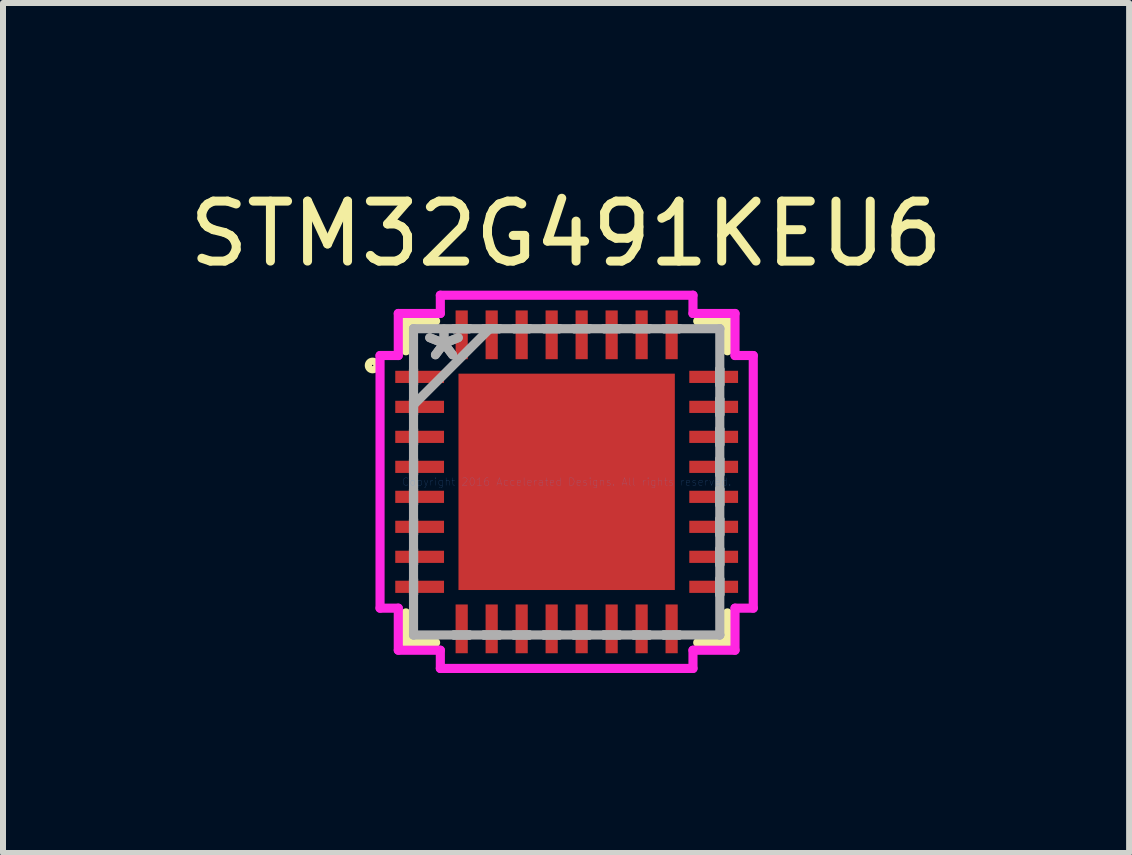
<source format=kicad_pcb>
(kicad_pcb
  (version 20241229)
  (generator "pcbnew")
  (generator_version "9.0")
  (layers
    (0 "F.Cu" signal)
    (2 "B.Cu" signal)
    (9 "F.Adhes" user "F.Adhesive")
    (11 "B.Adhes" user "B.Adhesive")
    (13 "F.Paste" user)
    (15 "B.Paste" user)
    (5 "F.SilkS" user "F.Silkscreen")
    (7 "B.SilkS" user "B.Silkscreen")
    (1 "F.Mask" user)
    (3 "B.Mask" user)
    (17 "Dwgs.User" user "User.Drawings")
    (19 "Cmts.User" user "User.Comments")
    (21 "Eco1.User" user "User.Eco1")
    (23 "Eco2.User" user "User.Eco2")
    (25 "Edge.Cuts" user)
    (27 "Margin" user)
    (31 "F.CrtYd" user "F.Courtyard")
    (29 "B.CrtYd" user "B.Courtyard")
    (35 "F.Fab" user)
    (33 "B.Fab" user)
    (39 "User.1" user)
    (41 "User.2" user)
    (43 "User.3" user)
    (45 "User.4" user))
  (footprint "STM32G491KEU6"
    (layer "F.Cu")
    (at 6.397 4.983)
    (property "Reference" "STM32G491KEU6" (at -0.01 -4.135 0) (layer "F.SilkS") (effects (font (size 1 1) (thickness 0.15))))
    (attr through_hole)
    (fp_line (start -2.68 -2.68) (end -2.68 -2.185) (stroke (width 0.152) (type solid)) (layer "F.SilkS"))
    (fp_line (start -2.68 2.185) (end -2.68 2.68) (stroke (width 0.152) (type solid)) (layer "F.SilkS"))
    (fp_line (start -2.68 2.68) (end -2.185 2.68) (stroke (width 0.152) (type solid)) (layer "F.SilkS"))
    (fp_line (start -2.185 -2.68) (end -2.68 -2.68) (stroke (width 0.152) (type solid)) (layer "F.SilkS"))
    (fp_line (start 2.185 2.68) (end 2.68 2.68) (stroke (width 0.152) (type solid)) (layer "F.SilkS"))
    (fp_line (start 2.68 -2.68) (end 2.185 -2.68) (stroke (width 0.152) (type solid)) (layer "F.SilkS"))
    (fp_line (start 2.68 -2.185) (end 2.68 -2.68) (stroke (width 0.152) (type solid)) (layer "F.SilkS"))
    (fp_line (start 2.68 2.68) (end 2.68 2.185) (stroke (width 0.152) (type solid)) (layer "F.SilkS"))
    (fp_circle (center -3.235 -1.94) (end -3.18 -1.985) (stroke (width 0.12) (type solid)) (fill no) (layer "F.SilkS"))
    (fp_line (start -1.703 -1.703) (end -1.703 -0.1) (stroke (width 0.152) (type solid)) (layer "F.Paste"))
    (fp_line (start -1.703 -0.1) (end -0.1 -0.1) (stroke (width 0.152) (type solid)) (layer "F.Paste"))
    (fp_line (start -1.703 0.1) (end -1.703 1.703) (stroke (width 0.152) (type solid)) (layer "F.Paste"))
    (fp_line (start -1.703 1.703) (end -0.1 1.703) (stroke (width 0.152) (type solid)) (layer "F.Paste"))
    (fp_line (start -0.1 -1.703) (end -1.703 -1.703) (stroke (width 0.152) (type solid)) (layer "F.Paste"))
    (fp_line (start -0.1 -0.1) (end -0.1 -1.703) (stroke (width 0.152) (type solid)) (layer "F.Paste"))
    (fp_line (start -0.1 0.1) (end -1.703 0.1) (stroke (width 0.152) (type solid)) (layer "F.Paste"))
    (fp_line (start -0.1 1.703) (end -0.1 0.1) (stroke (width 0.152) (type solid)) (layer "F.Paste"))
    (fp_line (start 0.1 -1.703) (end 0.1 -0.1) (stroke (width 0.152) (type solid)) (layer "F.Paste"))
    (fp_line (start 0.1 -0.1) (end 1.703 -0.1) (stroke (width 0.152) (type solid)) (layer "F.Paste"))
    (fp_line (start 0.1 0.1) (end 0.1 1.703) (stroke (width 0.152) (type solid)) (layer "F.Paste"))
    (fp_line (start 0.1 1.703) (end 1.703 1.703) (stroke (width 0.152) (type solid)) (layer "F.Paste"))
    (fp_line (start 1.703 -1.703) (end 0.1 -1.703) (stroke (width 0.152) (type solid)) (layer "F.Paste"))
    (fp_line (start 1.703 -0.1) (end 1.703 -1.703) (stroke (width 0.152) (type solid)) (layer "F.Paste"))
    (fp_line (start 1.703 0.1) (end 0.1 0.1) (stroke (width 0.152) (type solid)) (layer "F.Paste"))
    (fp_line (start 1.703 1.703) (end 1.703 0.1) (stroke (width 0.152) (type solid)) (layer "F.Paste"))
    (fp_line (start -3.111 -2.106) (end -2.807 -2.106) (stroke (width 0.152) (type solid)) (layer "F.CrtYd"))
    (fp_line (start -3.111 2.106) (end -3.111 -2.106) (stroke (width 0.152) (type solid)) (layer "F.CrtYd"))
    (fp_line (start -2.807 -2.807) (end -2.106 -2.807) (stroke (width 0.152) (type solid)) (layer "F.CrtYd"))
    (fp_line (start -2.807 -2.106) (end -2.807 -2.807) (stroke (width 0.152) (type solid)) (layer "F.CrtYd"))
    (fp_line (start -2.807 2.106) (end -3.111 2.106) (stroke (width 0.152) (type solid)) (layer "F.CrtYd"))
    (fp_line (start -2.807 2.807) (end -2.807 2.106) (stroke (width 0.152) (type solid)) (layer "F.CrtYd"))
    (fp_line (start -2.106 -3.111) (end 2.106 -3.111) (stroke (width 0.152) (type solid)) (layer "F.CrtYd"))
    (fp_line (start -2.106 -2.807) (end -2.106 -3.111) (stroke (width 0.152) (type solid)) (layer "F.CrtYd"))
    (fp_line (start -2.106 2.807) (end -2.807 2.807) (stroke (width 0.152) (type solid)) (layer "F.CrtYd"))
    (fp_line (start -2.106 3.111) (end -2.106 2.807) (stroke (width 0.152) (type solid)) (layer "F.CrtYd"))
    (fp_line (start 2.106 -3.111) (end 2.106 -2.807) (stroke (width 0.152) (type solid)) (layer "F.CrtYd"))
    (fp_line (start 2.106 -2.807) (end 2.807 -2.807) (stroke (width 0.152) (type solid)) (layer "F.CrtYd"))
    (fp_line (start 2.106 2.807) (end 2.106 3.111) (stroke (width 0.152) (type solid)) (layer "F.CrtYd"))
    (fp_line (start 2.106 3.111) (end -2.106 3.111) (stroke (width 0.152) (type solid)) (layer "F.CrtYd"))
    (fp_line (start 2.807 -2.807) (end 2.807 -2.106) (stroke (width 0.152) (type solid)) (layer "F.CrtYd"))
    (fp_line (start 2.807 -2.106) (end 3.111 -2.106) (stroke (width 0.152) (type solid)) (layer "F.CrtYd"))
    (fp_line (start 2.807 2.106) (end 2.807 2.807) (stroke (width 0.152) (type solid)) (layer "F.CrtYd"))
    (fp_line (start 2.807 2.807) (end 2.106 2.807) (stroke (width 0.152) (type solid)) (layer "F.CrtYd"))
    (fp_line (start 3.111 -2.106) (end 3.111 2.106) (stroke (width 0.152) (type solid)) (layer "F.CrtYd"))
    (fp_line (start 3.111 2.106) (end 2.807 2.106) (stroke (width 0.152) (type solid)) (layer "F.CrtYd"))
    (fp_line (start -2.553 -2.553) (end -2.553 -2.553) (stroke (width 0.152) (type solid)) (layer "F.Fab"))
    (fp_line (start -2.553 -2.553) (end -2.553 2.553) (stroke (width 0.152) (type solid)) (layer "F.Fab"))
    (fp_line (start -2.553 -1.877) (end -2.553 -1.877) (stroke (width 0.152) (type solid)) (layer "F.Fab"))
    (fp_line (start -2.553 -1.877) (end -2.553 -1.623) (stroke (width 0.152) (type solid)) (layer "F.Fab"))
    (fp_line (start -2.553 -1.623) (end -2.553 -1.877) (stroke (width 0.152) (type solid)) (layer "F.Fab"))
    (fp_line (start -2.553 -1.623) (end -2.553 -1.623) (stroke (width 0.152) (type solid)) (layer "F.Fab"))
    (fp_line (start -2.553 -1.377) (end -2.553 -1.377) (stroke (width 0.152) (type solid)) (layer "F.Fab"))
    (fp_line (start -2.553 -1.377) (end -2.553 -1.123) (stroke (width 0.152) (type solid)) (layer "F.Fab"))
    (fp_line (start -2.553 -1.283) (end -1.283 -2.553) (stroke (width 0.152) (type solid)) (layer "F.Fab"))
    (fp_line (start -2.553 -1.123) (end -2.553 -1.377) (stroke (width 0.152) (type solid)) (layer "F.Fab"))
    (fp_line (start -2.553 -1.123) (end -2.553 -1.123) (stroke (width 0.152) (type solid)) (layer "F.Fab"))
    (fp_line (start -2.553 -0.877) (end -2.553 -0.877) (stroke (width 0.152) (type solid)) (layer "F.Fab"))
    (fp_line (start -2.553 -0.877) (end -2.553 -0.623) (stroke (width 0.152) (type solid)) (layer "F.Fab"))
    (fp_line (start -2.553 -0.623) (end -2.553 -0.877) (stroke (width 0.152) (type solid)) (layer "F.Fab"))
    (fp_line (start -2.553 -0.623) (end -2.553 -0.623) (stroke (width 0.152) (type solid)) (layer "F.Fab"))
    (fp_line (start -2.553 -0.377) (end -2.553 -0.377) (stroke (width 0.152) (type solid)) (layer "F.Fab"))
    (fp_line (start -2.553 -0.377) (end -2.553 -0.123) (stroke (width 0.152) (type solid)) (layer "F.Fab"))
    (fp_line (start -2.553 -0.123) (end -2.553 -0.377) (stroke (width 0.152) (type solid)) (layer "F.Fab"))
    (fp_line (start -2.553 -0.123) (end -2.553 -0.123) (stroke (width 0.152) (type solid)) (layer "F.Fab"))
    (fp_line (start -2.553 0.123) (end -2.553 0.123) (stroke (width 0.152) (type solid)) (layer "F.Fab"))
    (fp_line (start -2.553 0.123) (end -2.553 0.377) (stroke (width 0.152) (type solid)) (layer "F.Fab"))
    (fp_line (start -2.553 0.377) (end -2.553 0.123) (stroke (width 0.152) (type solid)) (layer "F.Fab"))
    (fp_line (start -2.553 0.377) (end -2.553 0.377) (stroke (width 0.152) (type solid)) (layer "F.Fab"))
    (fp_line (start -2.553 0.623) (end -2.553 0.623) (stroke (width 0.152) (type solid)) (layer "F.Fab"))
    (fp_line (start -2.553 0.623) (end -2.553 0.877) (stroke (width 0.152) (type solid)) (layer "F.Fab"))
    (fp_line (start -2.553 0.877) (end -2.553 0.623) (stroke (width 0.152) (type solid)) (layer "F.Fab"))
    (fp_line (start -2.553 0.877) (end -2.553 0.877) (stroke (width 0.152) (type solid)) (layer "F.Fab"))
    (fp_line (start -2.553 1.123) (end -2.553 1.123) (stroke (width 0.152) (type solid)) (layer "F.Fab"))
    (fp_line (start -2.553 1.123) (end -2.553 1.377) (stroke (width 0.152) (type solid)) (layer "F.Fab"))
    (fp_line (start -2.553 1.377) (end -2.553 1.123) (stroke (width 0.152) (type solid)) (layer "F.Fab"))
    (fp_line (start -2.553 1.377) (end -2.553 1.377) (stroke (width 0.152) (type solid)) (layer "F.Fab"))
    (fp_line (start -2.553 1.623) (end -2.553 1.623) (stroke (width 0.152) (type solid)) (layer "F.Fab"))
    (fp_line (start -2.553 1.623) (end -2.553 1.877) (stroke (width 0.152) (type solid)) (layer "F.Fab"))
    (fp_line (start -2.553 1.877) (end -2.553 1.623) (stroke (width 0.152) (type solid)) (layer "F.Fab"))
    (fp_line (start -2.553 1.877) (end -2.553 1.877) (stroke (width 0.152) (type solid)) (layer "F.Fab"))
    (fp_line (start -2.553 2.553) (end -2.553 2.553) (stroke (width 0.152) (type solid)) (layer "F.Fab"))
    (fp_line (start -2.553 2.553) (end 2.553 2.553) (stroke (width 0.152) (type solid)) (layer "F.Fab"))
    (fp_line (start -1.877 -2.553) (end -1.877 -2.553) (stroke (width 0.152) (type solid)) (layer "F.Fab"))
    (fp_line (start -1.877 -2.553) (end -1.623 -2.553) (stroke (width 0.152) (type solid)) (layer "F.Fab"))
    (fp_line (start -1.877 2.553) (end -1.877 2.553) (stroke (width 0.152) (type solid)) (layer "F.Fab"))
    (fp_line (start -1.877 2.553) (end -1.623 2.553) (stroke (width 0.152) (type solid)) (layer "F.Fab"))
    (fp_line (start -1.623 -2.553) (end -1.877 -2.553) (stroke (width 0.152) (type solid)) (layer "F.Fab"))
    (fp_line (start -1.623 -2.553) (end -1.623 -2.553) (stroke (width 0.152) (type solid)) (layer "F.Fab"))
    (fp_line (start -1.623 2.553) (end -1.877 2.553) (stroke (width 0.152) (type solid)) (layer "F.Fab"))
    (fp_line (start -1.623 2.553) (end -1.623 2.553) (stroke (width 0.152) (type solid)) (layer "F.Fab"))
    (fp_line (start -1.377 -2.553) (end -1.377 -2.553) (stroke (width 0.152) (type solid)) (layer "F.Fab"))
    (fp_line (start -1.377 -2.553) (end -1.123 -2.553) (stroke (width 0.152) (type solid)) (layer "F.Fab"))
    (fp_line (start -1.377 2.553) (end -1.377 2.553) (stroke (width 0.152) (type solid)) (layer "F.Fab"))
    (fp_line (start -1.377 2.553) (end -1.123 2.553) (stroke (width 0.152) (type solid)) (layer "F.Fab"))
    (fp_line (start -1.123 -2.553) (end -1.377 -2.553) (stroke (width 0.152) (type solid)) (layer "F.Fab"))
    (fp_line (start -1.123 -2.553) (end -1.123 -2.553) (stroke (width 0.152) (type solid)) (layer "F.Fab"))
    (fp_line (start -1.123 2.553) (end -1.377 2.553) (stroke (width 0.152) (type solid)) (layer "F.Fab"))
    (fp_line (start -1.123 2.553) (end -1.123 2.553) (stroke (width 0.152) (type solid)) (layer "F.Fab"))
    (fp_line (start -0.877 -2.553) (end -0.877 -2.553) (stroke (width 0.152) (type solid)) (layer "F.Fab"))
    (fp_line (start -0.877 -2.553) (end -0.623 -2.553) (stroke (width 0.152) (type solid)) (layer "F.Fab"))
    (fp_line (start -0.877 2.553) (end -0.877 2.553) (stroke (width 0.152) (type solid)) (layer "F.Fab"))
    (fp_line (start -0.877 2.553) (end -0.623 2.553) (stroke (width 0.152) (type solid)) (layer "F.Fab"))
    (fp_line (start -0.623 -2.553) (end -0.877 -2.553) (stroke (width 0.152) (type solid)) (layer "F.Fab"))
    (fp_line (start -0.623 -2.553) (end -0.623 -2.553) (stroke (width 0.152) (type solid)) (layer "F.Fab"))
    (fp_line (start -0.623 2.553) (end -0.877 2.553) (stroke (width 0.152) (type solid)) (layer "F.Fab"))
    (fp_line (start -0.623 2.553) (end -0.623 2.553) (stroke (width 0.152) (type solid)) (layer "F.Fab"))
    (fp_line (start -0.377 -2.553) (end -0.377 -2.553) (stroke (width 0.152) (type solid)) (layer "F.Fab"))
    (fp_line (start -0.377 -2.553) (end -0.123 -2.553) (stroke (width 0.152) (type solid)) (layer "F.Fab"))
    (fp_line (start -0.377 2.553) (end -0.377 2.553) (stroke (width 0.152) (type solid)) (layer "F.Fab"))
    (fp_line (start -0.377 2.553) (end -0.123 2.553) (stroke (width 0.152) (type solid)) (layer "F.Fab"))
    (fp_line (start -0.123 -2.553) (end -0.377 -2.553) (stroke (width 0.152) (type solid)) (layer "F.Fab"))
    (fp_line (start -0.123 -2.553) (end -0.123 -2.553) (stroke (width 0.152) (type solid)) (layer "F.Fab"))
    (fp_line (start -0.123 2.553) (end -0.377 2.553) (stroke (width 0.152) (type solid)) (layer "F.Fab"))
    (fp_line (start -0.123 2.553) (end -0.123 2.553) (stroke (width 0.152) (type solid)) (layer "F.Fab"))
    (fp_line (start 0.123 -2.553) (end 0.123 -2.553) (stroke (width 0.152) (type solid)) (layer "F.Fab"))
    (fp_line (start 0.123 -2.553) (end 0.377 -2.553) (stroke (width 0.152) (type solid)) (layer "F.Fab"))
    (fp_line (start 0.123 2.553) (end 0.123 2.553) (stroke (width 0.152) (type solid)) (layer "F.Fab"))
    (fp_line (start 0.123 2.553) (end 0.377 2.553) (stroke (width 0.152) (type solid)) (layer "F.Fab"))
    (fp_line (start 0.377 -2.553) (end 0.123 -2.553) (stroke (width 0.152) (type solid)) (layer "F.Fab"))
    (fp_line (start 0.377 -2.553) (end 0.377 -2.553) (stroke (width 0.152) (type solid)) (layer "F.Fab"))
    (fp_line (start 0.377 2.553) (end 0.123 2.553) (stroke (width 0.152) (type solid)) (layer "F.Fab"))
    (fp_line (start 0.377 2.553) (end 0.377 2.553) (stroke (width 0.152) (type solid)) (layer "F.Fab"))
    (fp_line (start 0.623 -2.553) (end 0.623 -2.553) (stroke (width 0.152) (type solid)) (layer "F.Fab"))
    (fp_line (start 0.623 -2.553) (end 0.877 -2.553) (stroke (width 0.152) (type solid)) (layer "F.Fab"))
    (fp_line (start 0.623 2.553) (end 0.623 2.553) (stroke (width 0.152) (type solid)) (layer "F.Fab"))
    (fp_line (start 0.623 2.553) (end 0.877 2.553) (stroke (width 0.152) (type solid)) (layer "F.Fab"))
    (fp_line (start 0.877 -2.553) (end 0.623 -2.553) (stroke (width 0.152) (type solid)) (layer "F.Fab"))
    (fp_line (start 0.877 -2.553) (end 0.877 -2.553) (stroke (width 0.152) (type solid)) (layer "F.Fab"))
    (fp_line (start 0.877 2.553) (end 0.623 2.553) (stroke (width 0.152) (type solid)) (layer "F.Fab"))
    (fp_line (start 0.877 2.553) (end 0.877 2.553) (stroke (width 0.152) (type solid)) (layer "F.Fab"))
    (fp_line (start 1.123 -2.553) (end 1.123 -2.553) (stroke (width 0.152) (type solid)) (layer "F.Fab"))
    (fp_line (start 1.123 -2.553) (end 1.377 -2.553) (stroke (width 0.152) (type solid)) (layer "F.Fab"))
    (fp_line (start 1.123 2.553) (end 1.123 2.553) (stroke (width 0.152) (type solid)) (layer "F.Fab"))
    (fp_line (start 1.123 2.553) (end 1.377 2.553) (stroke (width 0.152) (type solid)) (layer "F.Fab"))
    (fp_line (start 1.377 -2.553) (end 1.123 -2.553) (stroke (width 0.152) (type solid)) (layer "F.Fab"))
    (fp_line (start 1.377 -2.553) (end 1.377 -2.553) (stroke (width 0.152) (type solid)) (layer "F.Fab"))
    (fp_line (start 1.377 2.553) (end 1.123 2.553) (stroke (width 0.152) (type solid)) (layer "F.Fab"))
    (fp_line (start 1.377 2.553) (end 1.377 2.553) (stroke (width 0.152) (type solid)) (layer "F.Fab"))
    (fp_line (start 1.623 -2.553) (end 1.623 -2.553) (stroke (width 0.152) (type solid)) (layer "F.Fab"))
    (fp_line (start 1.623 -2.553) (end 1.877 -2.553) (stroke (width 0.152) (type solid)) (layer "F.Fab"))
    (fp_line (start 1.623 2.553) (end 1.623 2.553) (stroke (width 0.152) (type solid)) (layer "F.Fab"))
    (fp_line (start 1.623 2.553) (end 1.877 2.553) (stroke (width 0.152) (type solid)) (layer "F.Fab"))
    (fp_line (start 1.877 -2.553) (end 1.623 -2.553) (stroke (width 0.152) (type solid)) (layer "F.Fab"))
    (fp_line (start 1.877 -2.553) (end 1.877 -2.553) (stroke (width 0.152) (type solid)) (layer "F.Fab"))
    (fp_line (start 1.877 2.553) (end 1.623 2.553) (stroke (width 0.152) (type solid)) (layer "F.Fab"))
    (fp_line (start 1.877 2.553) (end 1.877 2.553) (stroke (width 0.152) (type solid)) (layer "F.Fab"))
    (fp_line (start 2.553 -2.553) (end -2.553 -2.553) (stroke (width 0.152) (type solid)) (layer "F.Fab"))
    (fp_line (start 2.553 -2.553) (end 2.553 -2.553) (stroke (width 0.152) (type solid)) (layer "F.Fab"))
    (fp_line (start 2.553 -1.877) (end 2.553 -1.877) (stroke (width 0.152) (type solid)) (layer "F.Fab"))
    (fp_line (start 2.553 -1.877) (end 2.553 -1.623) (stroke (width 0.152) (type solid)) (layer "F.Fab"))
    (fp_line (start 2.553 -1.623) (end 2.553 -1.877) (stroke (width 0.152) (type solid)) (layer "F.Fab"))
    (fp_line (start 2.553 -1.623) (end 2.553 -1.623) (stroke (width 0.152) (type solid)) (layer "F.Fab"))
    (fp_line (start 2.553 -1.377) (end 2.553 -1.377) (stroke (width 0.152) (type solid)) (layer "F.Fab"))
    (fp_line (start 2.553 -1.377) (end 2.553 -1.123) (stroke (width 0.152) (type solid)) (layer "F.Fab"))
    (fp_line (start 2.553 -1.123) (end 2.553 -1.377) (stroke (width 0.152) (type solid)) (layer "F.Fab"))
    (fp_line (start 2.553 -1.123) (end 2.553 -1.123) (stroke (width 0.152) (type solid)) (layer "F.Fab"))
    (fp_line (start 2.553 -0.877) (end 2.553 -0.877) (stroke (width 0.152) (type solid)) (layer "F.Fab"))
    (fp_line (start 2.553 -0.877) (end 2.553 -0.623) (stroke (width 0.152) (type solid)) (layer "F.Fab"))
    (fp_line (start 2.553 -0.623) (end 2.553 -0.877) (stroke (width 0.152) (type solid)) (layer "F.Fab"))
    (fp_line (start 2.553 -0.623) (end 2.553 -0.623) (stroke (width 0.152) (type solid)) (layer "F.Fab"))
    (fp_line (start 2.553 -0.377) (end 2.553 -0.377) (stroke (width 0.152) (type solid)) (layer "F.Fab"))
    (fp_line (start 2.553 -0.377) (end 2.553 -0.123) (stroke (width 0.152) (type solid)) (layer "F.Fab"))
    (fp_line (start 2.553 -0.123) (end 2.553 -0.377) (stroke (width 0.152) (type solid)) (layer "F.Fab"))
    (fp_line (start 2.553 -0.123) (end 2.553 -0.123) (stroke (width 0.152) (type solid)) (layer "F.Fab"))
    (fp_line (start 2.553 0.123) (end 2.553 0.123) (stroke (width 0.152) (type solid)) (layer "F.Fab"))
    (fp_line (start 2.553 0.123) (end 2.553 0.377) (stroke (width 0.152) (type solid)) (layer "F.Fab"))
    (fp_line (start 2.553 0.377) (end 2.553 0.123) (stroke (width 0.152) (type solid)) (layer "F.Fab"))
    (fp_line (start 2.553 0.377) (end 2.553 0.377) (stroke (width 0.152) (type solid)) (layer "F.Fab"))
    (fp_line (start 2.553 0.623) (end 2.553 0.623) (stroke (width 0.152) (type solid)) (layer "F.Fab"))
    (fp_line (start 2.553 0.623) (end 2.553 0.877) (stroke (width 0.152) (type solid)) (layer "F.Fab"))
    (fp_line (start 2.553 0.877) (end 2.553 0.623) (stroke (width 0.152) (type solid)) (layer "F.Fab"))
    (fp_line (start 2.553 0.877) (end 2.553 0.877) (stroke (width 0.152) (type solid)) (layer "F.Fab"))
    (fp_line (start 2.553 1.123) (end 2.553 1.123) (stroke (width 0.152) (type solid)) (layer "F.Fab"))
    (fp_line (start 2.553 1.123) (end 2.553 1.377) (stroke (width 0.152) (type solid)) (layer "F.Fab"))
    (fp_line (start 2.553 1.377) (end 2.553 1.123) (stroke (width 0.152) (type solid)) (layer "F.Fab"))
    (fp_line (start 2.553 1.377) (end 2.553 1.377) (stroke (width 0.152) (type solid)) (layer "F.Fab"))
    (fp_line (start 2.553 1.623) (end 2.553 1.623) (stroke (width 0.152) (type solid)) (layer "F.Fab"))
    (fp_line (start 2.553 1.623) (end 2.553 1.877) (stroke (width 0.152) (type solid)) (layer "F.Fab"))
    (fp_line (start 2.553 1.877) (end 2.553 1.623) (stroke (width 0.152) (type solid)) (layer "F.Fab"))
    (fp_line (start 2.553 1.877) (end 2.553 1.877) (stroke (width 0.152) (type solid)) (layer "F.Fab"))
    (fp_line (start 2.553 2.553) (end 2.553 -2.553) (stroke (width 0.152) (type solid)) (layer "F.Fab"))
    (fp_line (start 2.553 2.553) (end 2.553 2.553) (stroke (width 0.152) (type solid)) (layer "F.Fab"))
    (fp_text user "Copyright 2016 Accelerated Designs. All rights reserved." (at 0 0 0) (layer "Cmts.User") (effects (font (size 0.127 0.127) (thickness 0.002))))
    (fp_text user "*" (at -2.045 -2.001 0) (layer "F.Fab") (effects (font (size 1 1) (thickness 0.15))))
    (fp_text user "*" (at -2.045 -2.001 0) (layer "F.Fab") (effects (font (size 1 1) (thickness 0.15))))
    (pad "1" smd rect (at -2.451 -1.75 90) (size 0.203 0.813) (layers "F.Cu" "F.Mask" "F.Paste"))
    (pad "2" smd rect (at -2.451 -1.25 90) (size 0.203 0.813) (layers "F.Cu" "F.Mask" "F.Paste"))
    (pad "3" smd rect (at -2.451 -0.75 90) (size 0.203 0.813) (layers "F.Cu" "F.Mask" "F.Paste"))
    (pad "4" smd rect (at -2.451 -0.25 90) (size 0.203 0.813) (layers "F.Cu" "F.Mask" "F.Paste"))
    (pad "5" smd rect (at -2.451 0.25 90) (size 0.203 0.813) (layers "F.Cu" "F.Mask" "F.Paste"))
    (pad "6" smd rect (at -2.451 0.75 90) (size 0.203 0.813) (layers "F.Cu" "F.Mask" "F.Paste"))
    (pad "7" smd rect (at -2.451 1.25 90) (size 0.203 0.813) (layers "F.Cu" "F.Mask" "F.Paste"))
    (pad "8" smd rect (at -2.451 1.75 90) (size 0.203 0.813) (layers "F.Cu" "F.Mask" "F.Paste"))
    (pad "9" smd rect (at -1.75 2.451) (size 0.203 0.813) (layers "F.Cu" "F.Mask" "F.Paste"))
    (pad "10" smd rect (at -1.25 2.451) (size 0.203 0.813) (layers "F.Cu" "F.Mask" "F.Paste"))
    (pad "11" smd rect (at -0.75 2.451) (size 0.203 0.813) (layers "F.Cu" "F.Mask" "F.Paste"))
    (pad "12" smd rect (at -0.25 2.451) (size 0.203 0.813) (layers "F.Cu" "F.Mask" "F.Paste"))
    (pad "13" smd rect (at 0.25 2.451) (size 0.203 0.813) (layers "F.Cu" "F.Mask" "F.Paste"))
    (pad "14" smd rect (at 0.75 2.451) (size 0.203 0.813) (layers "F.Cu" "F.Mask" "F.Paste"))
    (pad "15" smd rect (at 1.25 2.451) (size 0.203 0.813) (layers "F.Cu" "F.Mask" "F.Paste"))
    (pad "16" smd rect (at 1.75 2.451) (size 0.203 0.813) (layers "F.Cu" "F.Mask" "F.Paste"))
    (pad "17" smd rect (at 2.451 1.75 90) (size 0.203 0.813) (layers "F.Cu" "F.Mask" "F.Paste"))
    (pad "18" smd rect (at 2.451 1.25 90) (size 0.203 0.813) (layers "F.Cu" "F.Mask" "F.Paste"))
    (pad "19" smd rect (at 2.451 0.75 90) (size 0.203 0.813) (layers "F.Cu" "F.Mask" "F.Paste"))
    (pad "20" smd rect (at 2.451 0.25 90) (size 0.203 0.813) (layers "F.Cu" "F.Mask" "F.Paste"))
    (pad "21" smd rect (at 2.451 -0.25 90) (size 0.203 0.813) (layers "F.Cu" "F.Mask" "F.Paste"))
    (pad "22" smd rect (at 2.451 -0.75 90) (size 0.203 0.813) (layers "F.Cu" "F.Mask" "F.Paste"))
    (pad "23" smd rect (at 2.451 -1.25 90) (size 0.203 0.813) (layers "F.Cu" "F.Mask" "F.Paste"))
    (pad "24" smd rect (at 2.451 -1.75 90) (size 0.203 0.813) (layers "F.Cu" "F.Mask" "F.Paste"))
    (pad "25" smd rect (at 1.75 -2.451) (size 0.203 0.813) (layers "F.Cu" "F.Mask" "F.Paste"))
    (pad "26" smd rect (at 1.25 -2.451) (size 0.203 0.813) (layers "F.Cu" "F.Mask" "F.Paste"))
    (pad "27" smd rect (at 0.75 -2.451) (size 0.203 0.813) (layers "F.Cu" "F.Mask" "F.Paste"))
    (pad "28" smd rect (at 0.25 -2.451) (size 0.203 0.813) (layers "F.Cu" "F.Mask" "F.Paste"))
    (pad "29" smd rect (at -0.25 -2.451) (size 0.203 0.813) (layers "F.Cu" "F.Mask" "F.Paste"))
    (pad "30" smd rect (at -0.75 -2.451) (size 0.203 0.813) (layers "F.Cu" "F.Mask" "F.Paste"))
    (pad "31" smd rect (at -1.25 -2.451) (size 0.203 0.813) (layers "F.Cu" "F.Mask" "F.Paste"))
    (pad "32" smd rect (at -1.75 -2.451) (size 0.203 0.813) (layers "F.Cu" "F.Mask" "F.Paste"))
    (pad "33" smd rect (at 0 0) (size 3.607 3.607) (layers "F.Cu" "F.Mask" "F.Paste")))
  (gr_rect
    (start -3 -3)
    (end 15.774 11.171)
    (stroke (width 0.1) (type default))
    (fill no)
    (layer "Edge.Cuts")))
</source>
